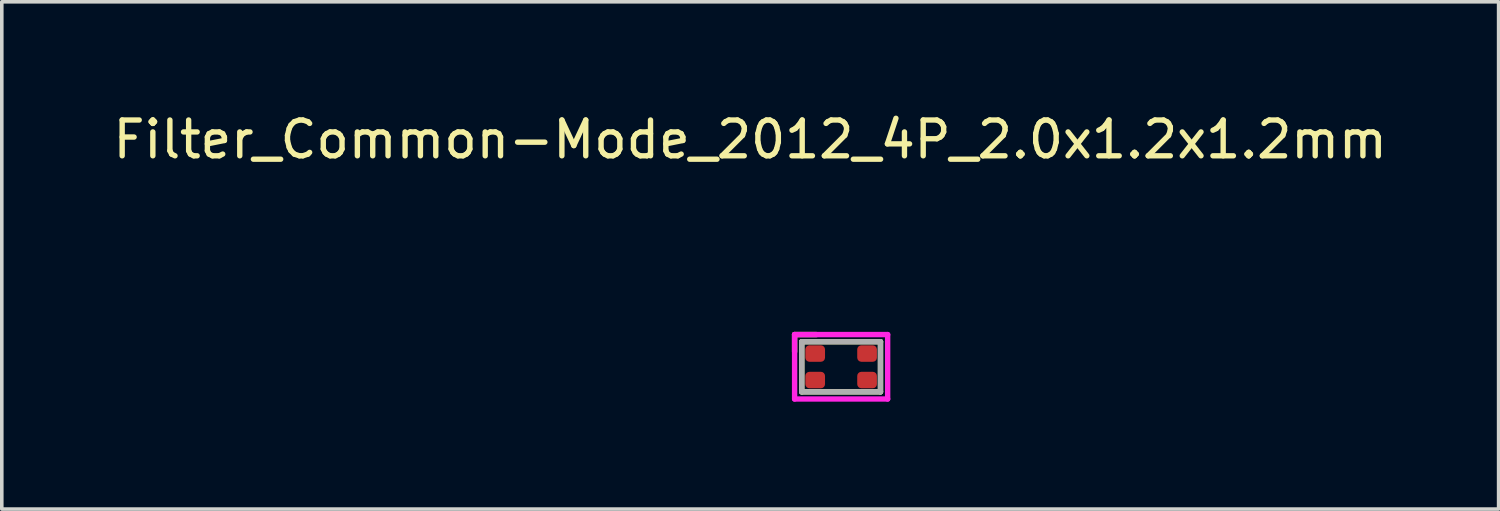
<source format=kicad_pcb>
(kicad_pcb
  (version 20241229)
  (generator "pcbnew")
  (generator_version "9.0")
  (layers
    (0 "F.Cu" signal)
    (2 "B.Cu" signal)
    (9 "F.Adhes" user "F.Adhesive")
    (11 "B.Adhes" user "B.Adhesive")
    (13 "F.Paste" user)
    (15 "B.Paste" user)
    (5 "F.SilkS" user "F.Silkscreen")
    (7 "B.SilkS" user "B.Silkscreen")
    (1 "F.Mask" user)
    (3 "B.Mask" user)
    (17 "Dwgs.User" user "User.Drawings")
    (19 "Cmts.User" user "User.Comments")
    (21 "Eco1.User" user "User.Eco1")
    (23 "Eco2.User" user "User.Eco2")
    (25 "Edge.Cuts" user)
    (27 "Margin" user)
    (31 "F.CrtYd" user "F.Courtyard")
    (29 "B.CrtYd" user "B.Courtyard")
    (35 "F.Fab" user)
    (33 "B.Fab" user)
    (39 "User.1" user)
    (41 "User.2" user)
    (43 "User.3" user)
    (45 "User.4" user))
  (footprint "Filter_Common-Mode_2012_4P_2.0x1.2x1.2mm"
    (layer "F.Cu")
    (at 20.451 7.198)
    (property "Reference" "Filter_Common-Mode_2012_4P_2.0x1.2x1.2mm" (at -2.54 -6.35 0) (layer "F.SilkS") (effects (font (size 1 1) (thickness 0.15))))
    (attr through_hole)
    (fp_line (start -1.3 -0.9) (end -0.69 -0.9) (stroke (width 0.15) (type solid)) (layer "F.SilkS"))
    (fp_line (start -1.3 -0.42) (end -1.3 -0.9) (stroke (width 0.15) (type solid)) (layer "F.SilkS"))
    (fp_line (start -1.1 -0.7) (end 1.1 -0.7) (stroke (width 0.15) (type solid)) (layer "F.SilkS"))
    (fp_line (start -1.1 0.7) (end -1.1 -0.7) (stroke (width 0.15) (type solid)) (layer "F.SilkS"))
    (fp_line (start 1.1 -0.7) (end 1.1 0.7) (stroke (width 0.15) (type solid)) (layer "F.SilkS"))
    (fp_line (start 1.1 0.7) (end -1.1 0.7) (stroke (width 0.15) (type solid)) (layer "F.SilkS"))
    (fp_line (start -1.3 -0.9) (end 1.3 -0.9) (stroke (width 0.15) (type solid)) (layer "F.CrtYd"))
    (fp_line (start -1.3 0.9) (end -1.3 -0.9) (stroke (width 0.15) (type solid)) (layer "F.CrtYd"))
    (fp_line (start 1.3 -0.9) (end 1.3 0.9) (stroke (width 0.15) (type solid)) (layer "F.CrtYd"))
    (fp_line (start 1.3 0.9) (end -1.3 0.9) (stroke (width 0.15) (type solid)) (layer "F.CrtYd"))
    (fp_line (start -1.1 -0.7) (end 1.1 -0.7) (stroke (width 0.15) (type solid)) (layer "F.Fab"))
    (fp_line (start -1.1 0.7) (end -1.1 -0.7) (stroke (width 0.15) (type solid)) (layer "F.Fab"))
    (fp_line (start 1.1 -0.7) (end 1.1 0.7) (stroke (width 0.15) (type solid)) (layer "F.Fab"))
    (fp_line (start 1.1 0.7) (end -1.1 0.7) (stroke (width 0.15) (type solid)) (layer "F.Fab"))
    (pad "1" smd roundrect (at -0.725 -0.37) (size 0.55 0.46) (layers "F.Cu" "F.Mask" "F.Paste") (roundrect_rratio 0.25))
    (pad "2" smd roundrect (at 0.725 -0.37) (size 0.55 0.46) (layers "F.Cu" "F.Mask" "F.Paste") (roundrect_rratio 0.25))
    (pad "3" smd roundrect (at 0.725 0.37) (size 0.55 0.46) (layers "F.Cu" "F.Mask" "F.Paste") (roundrect_rratio 0.25))
    (pad "4" smd roundrect (at -0.725 0.37) (size 0.55 0.46) (layers "F.Cu" "F.Mask" "F.Paste") (roundrect_rratio 0.25)))
  (gr_rect
    (start -3 -3)
    (end 38.821 11.173)
    (stroke (width 0.1) (type default))
    (fill no)
    (layer "Edge.Cuts")))
</source>
